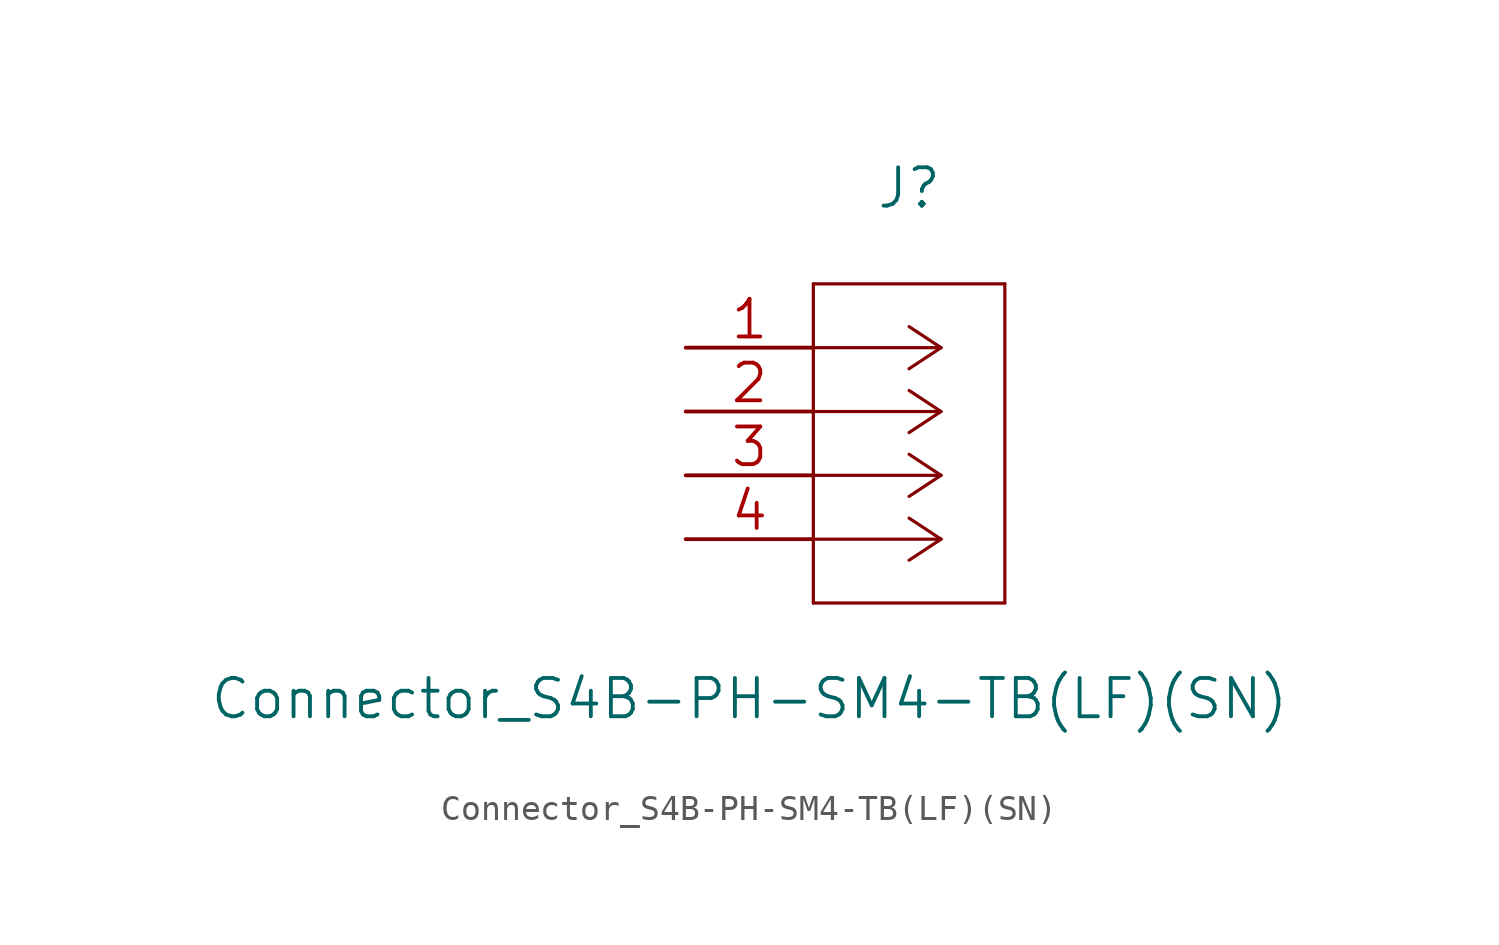
<source format=kicad_sym>
(kicad_symbol_lib
  (version 20210619)
  (generator kicad_symbol_editor)
  (symbol "NB3_charger:Connector_S4B-PH-SM4-TB(LF)(SN)"
    (pin_names
      (offset 0.254) hide)
    (property "Reference" "J"
      (at 8.89 6.35 0)
      (effects (font (size 1.524 1.524))))
    (property "Value" "Connector_S4B-PH-SM4-TB(LF)(SN)"
      (at 2.54 -13.97 0)
      (effects (font (size 1.524 1.524))))
    (property "Datasheet" ""
      (at 0 0 0)
      (effects (font (size 1.524 1.524))))
    (symbol "Connector_S4B-PH-SM4-TB(LF)(SN)_1_1"
      (polyline (pts (xy 5.08 -10.16) (xy 12.7 -10.16)) (stroke (width 0.127)) (fill (type none)))
      (polyline (pts (xy 5.08 2.54) (xy 5.08 -10.16)) (stroke (width 0.127)) (fill (type none)))
      (polyline (pts (xy 10.16 -7.62) (xy 5.08 -7.62)) (stroke (width 0.127)) (fill (type none)))
      (polyline (pts (xy 10.16 -7.62) (xy 8.89 -8.458)) (stroke (width 0.127)) (fill (type none)))
      (polyline (pts (xy 10.16 -7.62) (xy 8.89 -6.782)) (stroke (width 0.127)) (fill (type none)))
      (polyline (pts (xy 10.16 -5.08) (xy 5.08 -5.08)) (stroke (width 0.127)) (fill (type none)))
      (polyline (pts (xy 10.16 -5.08) (xy 8.89 -5.918)) (stroke (width 0.127)) (fill (type none)))
      (polyline (pts (xy 10.16 -5.08) (xy 8.89 -4.242)) (stroke (width 0.127)) (fill (type none)))
      (polyline (pts (xy 10.16 -2.54) (xy 5.08 -2.54)) (stroke (width 0.127)) (fill (type none)))
      (polyline (pts (xy 10.16 -2.54) (xy 8.89 -3.378)) (stroke (width 0.127)) (fill (type none)))
      (polyline (pts (xy 10.16 -2.54) (xy 8.89 -1.702)) (stroke (width 0.127)) (fill (type none)))
      (polyline (pts (xy 10.16 0) (xy 5.08 0)) (stroke (width 0.127)) (fill (type none)))
      (polyline (pts (xy 10.16 0) (xy 8.89 -0.838)) (stroke (width 0.127)) (fill (type none)))
      (polyline (pts (xy 10.16 0) (xy 8.89 0.838)) (stroke (width 0.127)) (fill (type none)))
      (polyline (pts (xy 12.7 -10.16) (xy 12.7 2.54)) (stroke (width 0.127)) (fill (type none)))
      (polyline (pts (xy 12.7 2.54) (xy 5.08 2.54)) (stroke (width 0.127)) (fill (type none)))
      (pin unspecified line (at 0 0 0) (length 5.08) (name "1" (effects (font (size 1.499 1.499)))) (number "1" (effects (font (size 1.499 1.499)))))
      (pin unspecified line (at 0 -2.54 0) (length 5.08) (name "2" (effects (font (size 1.499 1.499)))) (number "2" (effects (font (size 1.499 1.499)))))
      (pin unspecified line (at 0 -5.08 0) (length 5.08) (name "3" (effects (font (size 1.499 1.499)))) (number "3" (effects (font (size 1.499 1.499)))))
      (pin unspecified line (at 0 -7.62 0) (length 5.08) (name "4" (effects (font (size 1.499 1.499)))) (number "4" (effects (font (size 1.499 1.499))))))))
</source>
